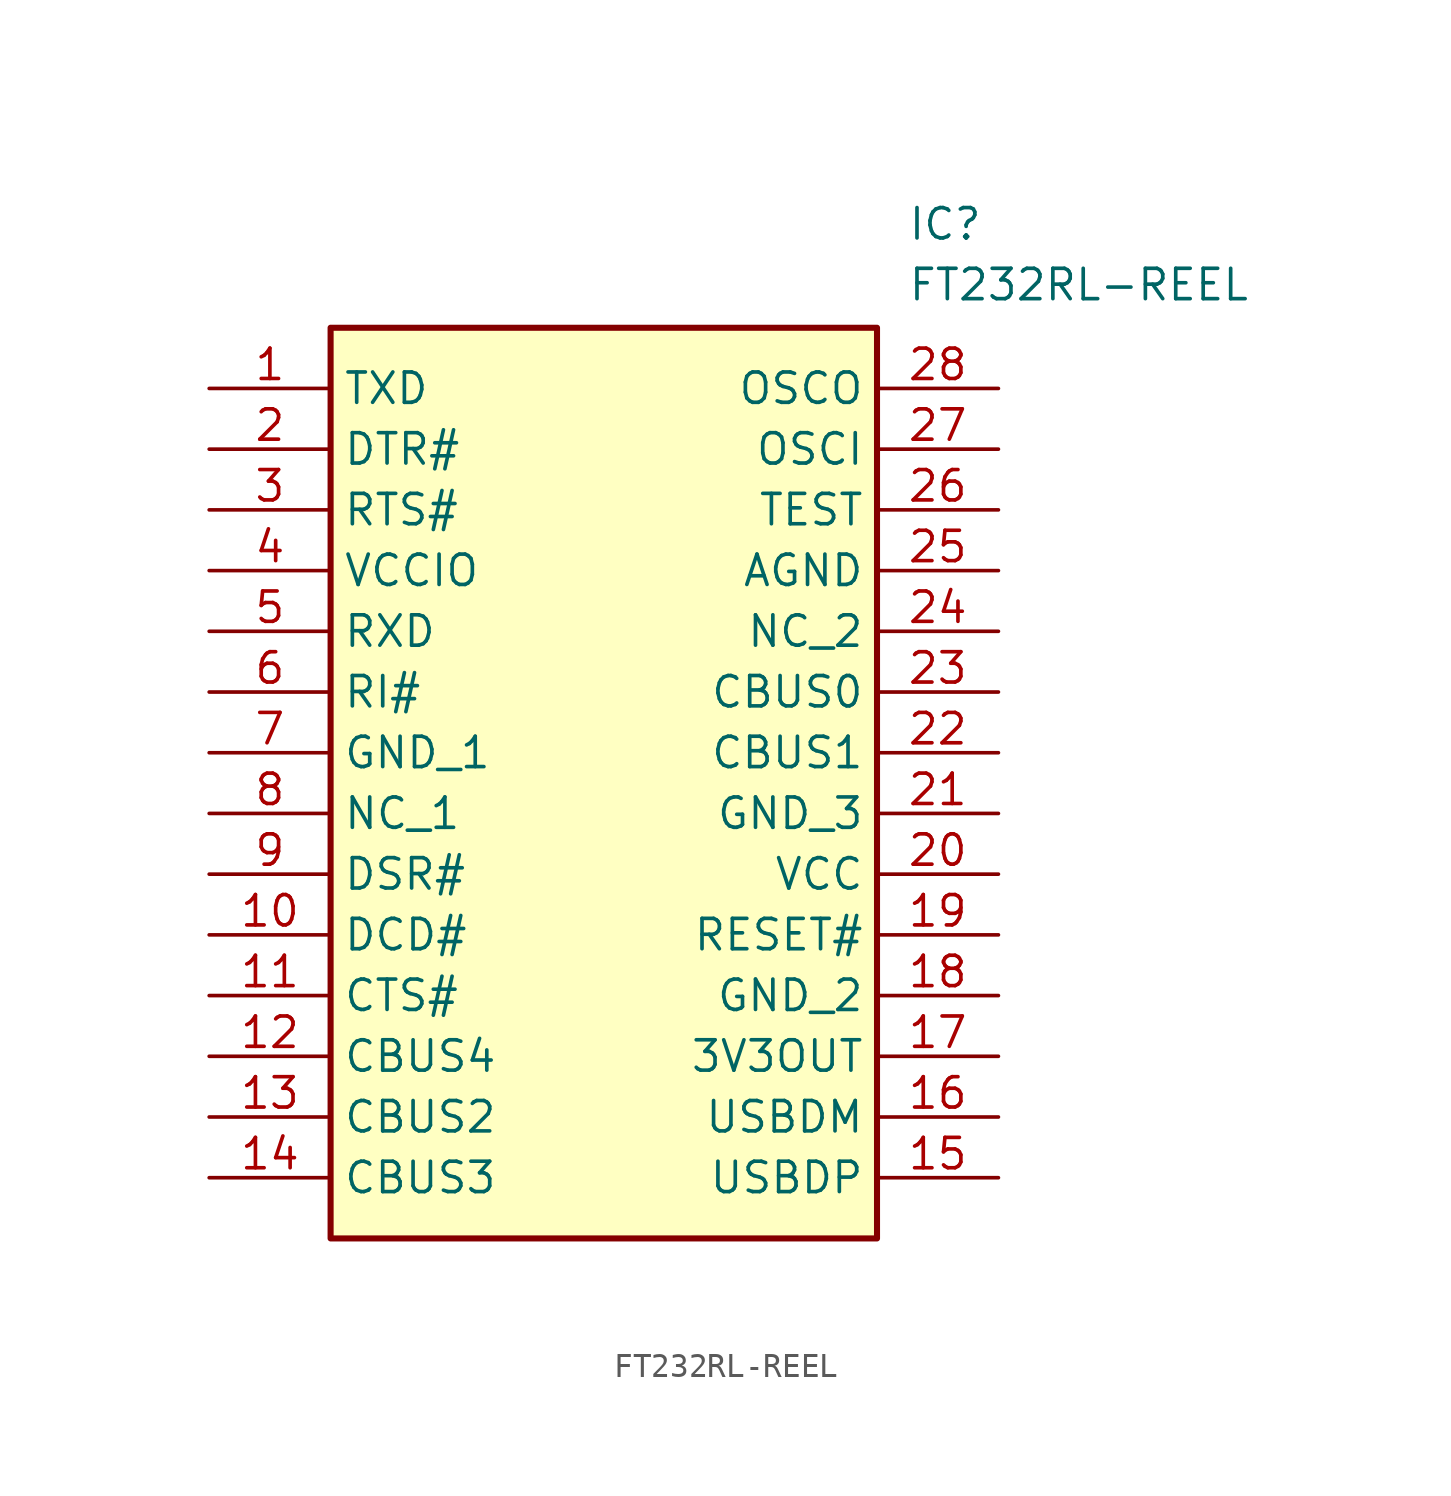
<source format=kicad_sym>
(kicad_symbol_lib
  (version 20211014)
  (generator SamacSys_ECAD_Model)
  (symbol "FT232RL-REEL"
    (property "Reference" "IC"
      (at 29.21 7.62 0)
      (effects (font (size 1.27 1.27)) (justify left top)))
    (property "Value" "FT232RL-REEL"
      (at 29.21 5.08 0)
      (effects (font (size 1.27 1.27)) (justify left top)))
    (rectangle
      (start 5.08 2.54)
      (end 27.94 -35.56)
      (stroke (width 0.254) (type default))
      (fill (type background)))
    (pin passive line
      (at 0 0 0)
      (length 5.08)
      (name "TXD" (effects (font (size 1.27 1.27))))
      (number "1" (effects (font (size 1.27 1.27)))))
    (pin passive line
      (at 0 -2.54 0)
      (length 5.08)
      (name "DTR#" (effects (font (size 1.27 1.27))))
      (number "2" (effects (font (size 1.27 1.27)))))
    (pin passive line
      (at 0 -5.08 0)
      (length 5.08)
      (name "RTS#" (effects (font (size 1.27 1.27))))
      (number "3" (effects (font (size 1.27 1.27)))))
    (pin passive line
      (at 0 -7.62 0)
      (length 5.08)
      (name "VCCIO" (effects (font (size 1.27 1.27))))
      (number "4" (effects (font (size 1.27 1.27)))))
    (pin passive line
      (at 0 -10.16 0)
      (length 5.08)
      (name "RXD" (effects (font (size 1.27 1.27))))
      (number "5" (effects (font (size 1.27 1.27)))))
    (pin passive line
      (at 0 -12.7 0)
      (length 5.08)
      (name "RI#" (effects (font (size 1.27 1.27))))
      (number "6" (effects (font (size 1.27 1.27)))))
    (pin passive line
      (at 0 -15.24 0)
      (length 5.08)
      (name "GND_1" (effects (font (size 1.27 1.27))))
      (number "7" (effects (font (size 1.27 1.27)))))
    (pin passive line
      (at 0 -17.78 0)
      (length 5.08)
      (name "NC_1" (effects (font (size 1.27 1.27))))
      (number "8" (effects (font (size 1.27 1.27)))))
    (pin passive line
      (at 0 -20.32 0)
      (length 5.08)
      (name "DSR#" (effects (font (size 1.27 1.27))))
      (number "9" (effects (font (size 1.27 1.27)))))
    (pin passive line
      (at 0 -22.86 0)
      (length 5.08)
      (name "DCD#" (effects (font (size 1.27 1.27))))
      (number "10" (effects (font (size 1.27 1.27)))))
    (pin passive line
      (at 0 -25.4 0)
      (length 5.08)
      (name "CTS#" (effects (font (size 1.27 1.27))))
      (number "11" (effects (font (size 1.27 1.27)))))
    (pin passive line
      (at 0 -27.94 0)
      (length 5.08)
      (name "CBUS4" (effects (font (size 1.27 1.27))))
      (number "12" (effects (font (size 1.27 1.27)))))
    (pin passive line
      (at 0 -30.48 0)
      (length 5.08)
      (name "CBUS2" (effects (font (size 1.27 1.27))))
      (number "13" (effects (font (size 1.27 1.27)))))
    (pin passive line
      (at 0 -33.02 0)
      (length 5.08)
      (name "CBUS3" (effects (font (size 1.27 1.27))))
      (number "14" (effects (font (size 1.27 1.27)))))
    (pin passive line
      (at 33.02 0 180)
      (length 5.08)
      (name "OSCO" (effects (font (size 1.27 1.27))))
      (number "28" (effects (font (size 1.27 1.27)))))
    (pin passive line
      (at 33.02 -2.54 180)
      (length 5.08)
      (name "OSCI" (effects (font (size 1.27 1.27))))
      (number "27" (effects (font (size 1.27 1.27)))))
    (pin passive line
      (at 33.02 -5.08 180)
      (length 5.08)
      (name "TEST" (effects (font (size 1.27 1.27))))
      (number "26" (effects (font (size 1.27 1.27)))))
    (pin passive line
      (at 33.02 -7.62 180)
      (length 5.08)
      (name "AGND" (effects (font (size 1.27 1.27))))
      (number "25" (effects (font (size 1.27 1.27)))))
    (pin passive line
      (at 33.02 -10.16 180)
      (length 5.08)
      (name "NC_2" (effects (font (size 1.27 1.27))))
      (number "24" (effects (font (size 1.27 1.27)))))
    (pin passive line
      (at 33.02 -12.7 180)
      (length 5.08)
      (name "CBUS0" (effects (font (size 1.27 1.27))))
      (number "23" (effects (font (size 1.27 1.27)))))
    (pin passive line
      (at 33.02 -15.24 180)
      (length 5.08)
      (name "CBUS1" (effects (font (size 1.27 1.27))))
      (number "22" (effects (font (size 1.27 1.27)))))
    (pin passive line
      (at 33.02 -17.78 180)
      (length 5.08)
      (name "GND_3" (effects (font (size 1.27 1.27))))
      (number "21" (effects (font (size 1.27 1.27)))))
    (pin passive line
      (at 33.02 -20.32 180)
      (length 5.08)
      (name "VCC" (effects (font (size 1.27 1.27))))
      (number "20" (effects (font (size 1.27 1.27)))))
    (pin passive line
      (at 33.02 -22.86 180)
      (length 5.08)
      (name "RESET#" (effects (font (size 1.27 1.27))))
      (number "19" (effects (font (size 1.27 1.27)))))
    (pin passive line
      (at 33.02 -25.4 180)
      (length 5.08)
      (name "GND_2" (effects (font (size 1.27 1.27))))
      (number "18" (effects (font (size 1.27 1.27)))))
    (pin passive line
      (at 33.02 -27.94 180)
      (length 5.08)
      (name "3V3OUT" (effects (font (size 1.27 1.27))))
      (number "17" (effects (font (size 1.27 1.27)))))
    (pin passive line
      (at 33.02 -30.48 180)
      (length 5.08)
      (name "USBDM" (effects (font (size 1.27 1.27))))
      (number "16" (effects (font (size 1.27 1.27)))))
    (pin passive line
      (at 33.02 -33.02 180)
      (length 5.08)
      (name "USBDP" (effects (font (size 1.27 1.27))))
      (number "15" (effects (font (size 1.27 1.27)))))))
</source>
